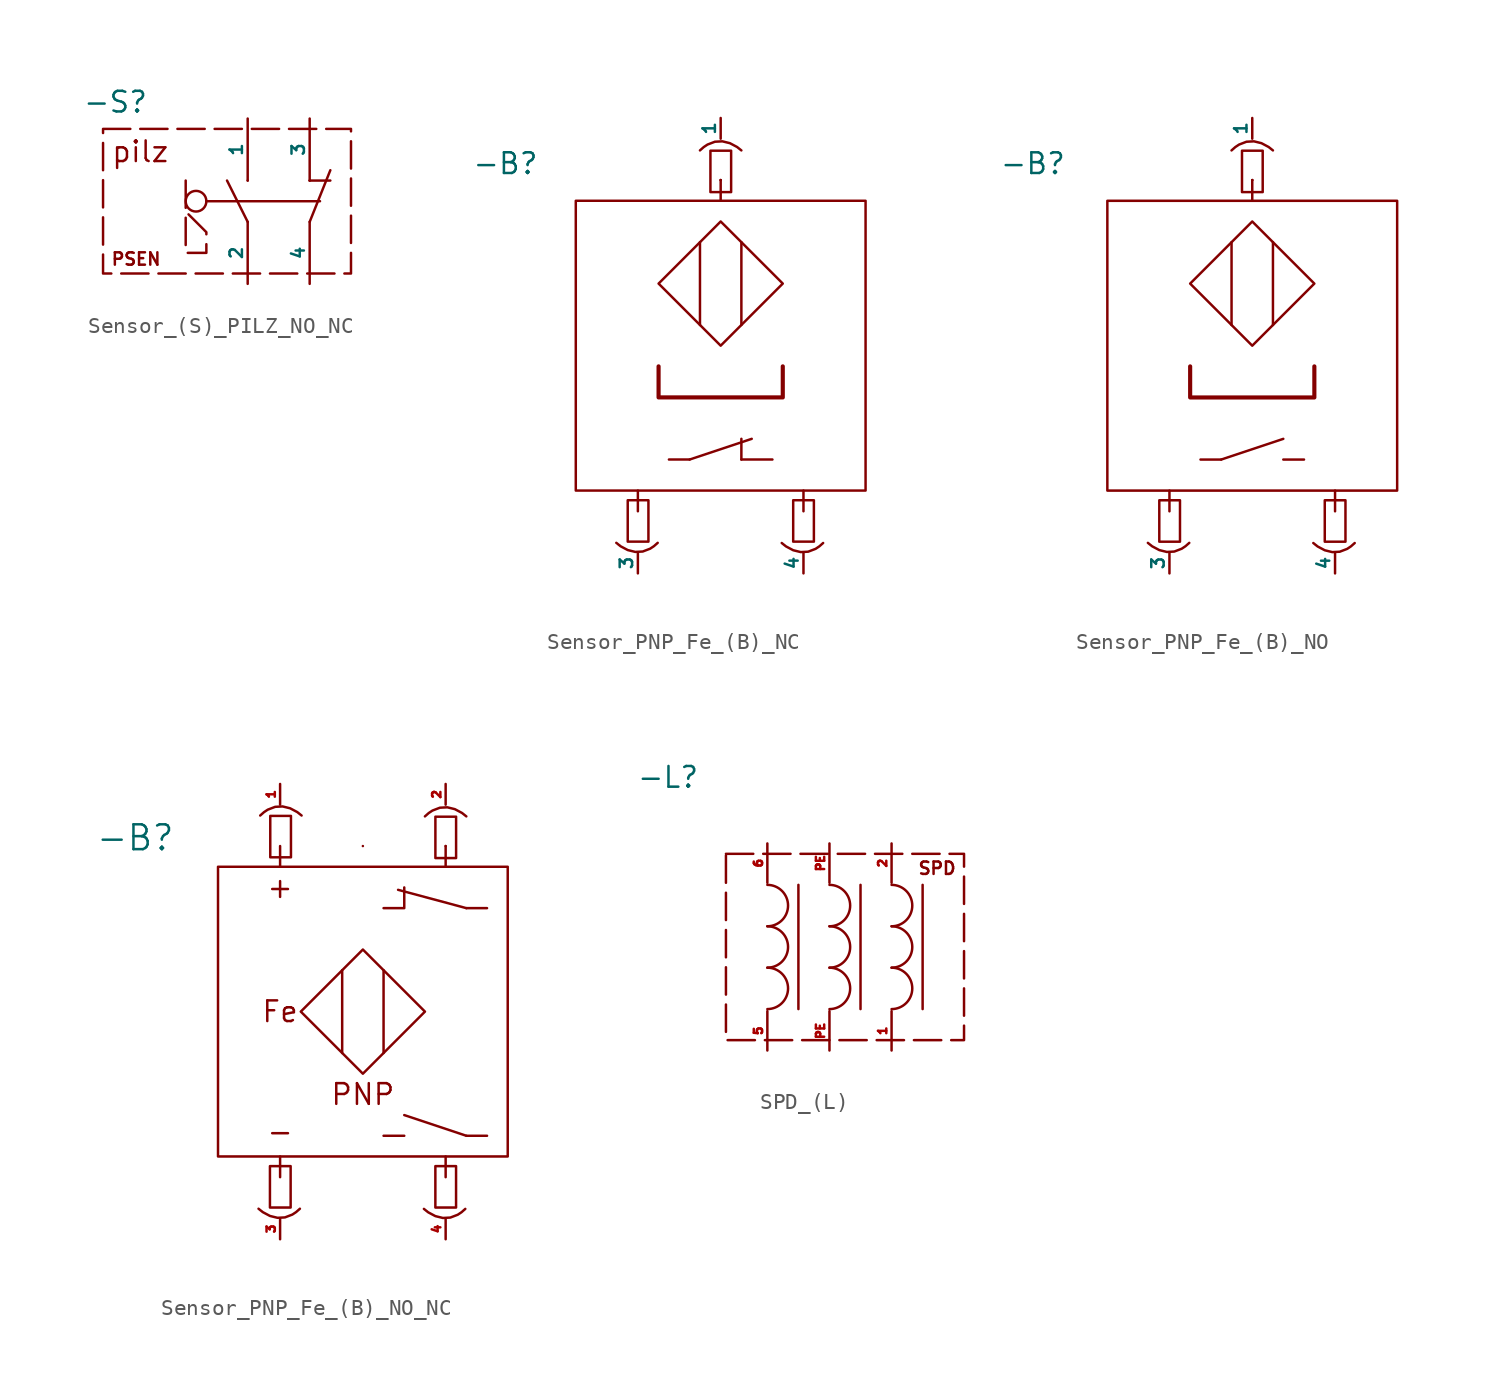
<source format=kicad_sym>
(kicad_symbol_lib
  (version 20241209)
  (generator "kicad_symbol_editor")
  (generator_version "9.0")
  (symbol "Sensor_(S)_PILZ_NO_NC"
    (pin_numbers
      (hide yes))
    (pin_names
      (offset 0))
    (property "Reference" "-S"
      (at -8.128 6.096 0)
      (effects (font (size 1.27 1.27))))
    (property "Value" ""
      (at 0 0 0)
      (effects (font (size 1.27 1.27))))
    (symbol "Sensor_(S)_PILZ_NO_NC_0_1"
      (polyline (pts (xy 0 1.27) (xy 0 1.27)) (stroke (width 0) (type default)) (fill (type none)))
      (polyline (pts (xy 0 -1.27) (xy -1.27 1.27)) (stroke (width 0) (type default)) (fill (type none)))
      (polyline (pts (xy 3.81 1.27) (xy 3.81 1.27)) (stroke (width 0) (type default)) (fill (type none)))
      (polyline (pts (xy 3.81 1.27) (xy 5.08 1.27)) (stroke (width 0) (type default)) (fill (type none)))
      (polyline (pts (xy 3.81 -1.27) (xy 5.08 1.905)) (stroke (width 0) (type default)) (fill (type none)))
      (polyline (pts (xy 4.445 0) (xy -2.54 0)) (stroke (width 0) (type default)) (fill (type none))))
    (symbol "Sensor_(S)_PILZ_NO_NC_1_1"
      (rectangle (start -8.89 4.445) (end 6.35 -4.445) (stroke (width 0) (type dash)) (fill (type none)))
      (polyline (pts (xy -3.81 1.27) (xy -3.81 -3.175) (xy -2.54 -3.175) (xy -2.54 -1.905) (xy -3.81 -0.635)) (stroke (width 0) (type solid)) (fill (type color) (color 0 0 0 0)))
      (circle (center -3.175 0) (radius 0.635) (stroke (width 0) (type solid)) (fill (type none)))
      (text "PSEN" (at -6.858 -3.556 0) (effects (font (size 0.762 0.762))))
      (text "pilz" (at -6.604 3.048 0) (effects (font (size 1.27 1.27))))
      (pin unspecified line (at 0 5.08 270) (length 3.81) (name "1" (effects (font (size 0.762 0.762)))) (number "1" (effects (font (size 0.508 0.508)))))
      (pin unspecified line (at 0 -5.08 90) (length 3.81) (name "2" (effects (font (size 0.762 0.762)))) (number "2" (effects (font (size 0.508 0.508)))))
      (pin unspecified line (at 3.81 5.08 270) (length 3.81) (name "3" (effects (font (size 0.762 0.762)))) (number "3" (effects (font (size 0.762 0.762)))))
      (pin unspecified line (at 3.81 -5.08 90) (length 3.81) (name "4" (effects (font (size 0.762 0.762)))) (number "4" (effects (font (size 0.762 0.762)))))))
  (symbol "Sensor_PNP_Fe_(B)_NC"
    (pin_numbers
      (hide yes))
    (pin_names
      (offset 0))
    (property "Reference" "-B"
      (at -13.208 11.176 0)
      (effects (font (size 1.27 1.27))))
    (property "Value" ""
      (at 0 0 0)
      (effects (font (size 1.27 1.27))))
    (symbol "Sensor_PNP_Fe_(B)_NC_0_1"
      (rectangle (start -8.89 8.89) (end 8.89 -8.89) (stroke (width 0) (type default)) (fill (type none)))
      (polyline (pts (xy -5.08 -8.89) (xy -5.08 -10.16)) (stroke (width 0) (type default)) (fill (type none)))
      (polyline (pts (xy -3.81 3.81) (xy 0 7.62) (xy 3.81 3.81) (xy 0 0) (xy -3.81 3.81)) (stroke (width 0) (type default)) (fill (type none)))
      (polyline (pts (xy -1.905 -6.985) (xy -3.175 -6.985)) (stroke (width 0) (type default)) (fill (type none)))
      (polyline (pts (xy -1.905 -6.985) (xy 1.905 -5.715)) (stroke (width 0) (type default)) (fill (type none)))
      (polyline (pts (xy -1.27 6.35) (xy -1.27 1.27)) (stroke (width 0) (type default)) (fill (type none)))
      (rectangle (start 0 10.16) (end 0 10.16) (stroke (width 0) (type default)) (fill (type none)))
      (rectangle (start 0 10.16) (end 0 10.16) (stroke (width 0) (type default)) (fill (type none)))
      (polyline (pts (xy 0 8.89) (xy 0 10.16)) (stroke (width 0) (type default)) (fill (type none)))
      (polyline (pts (xy 1.27 6.35) (xy 1.27 1.27)) (stroke (width 0) (type default)) (fill (type none)))
      (polyline (pts (xy 1.27 -6.985) (xy 1.27 -5.715)) (stroke (width 0) (type default)) (fill (type none)))
      (polyline (pts (xy 3.175 -6.985) (xy 1.27 -6.985)) (stroke (width 0) (type default)) (fill (type none)))
      (polyline (pts (xy 5.08 -8.89) (xy 5.08 -10.16)) (stroke (width 0) (type default)) (fill (type none))))
    (symbol "Sensor_PNP_Fe_(B)_NC_1_1"
      (rectangle (start -5.703 -9.483) (end -4.433 -12.024) (stroke (width 0) (type solid)) (fill (type color) (color 0 0 0 0)))
      (bezier (pts (xy -3.864 -12.097) (xy -5.134 -13.367) (xy -6.404 -12.097) (xy -6.404 -12.097)) (stroke (width 0) (type default)) (fill (type none)))
      (polyline (pts (xy -3.81 -1.27) (xy -3.81 -3.175) (xy 3.81 -3.175) (xy 3.81 -1.27)) (stroke (width 0.254) (type solid)) (fill (type none)))
      (bezier (pts (xy -1.271 11.981) (xy -0.001 13.251) (xy 1.269 11.981) (xy 1.269 11.981)) (stroke (width 0) (type default)) (fill (type none)))
      (rectangle (start -0.629 11.963) (end 0.641 9.423) (stroke (width 0) (type solid)) (fill (type color) (color 0 0 0 0)))
      (rectangle (start 4.449 -9.483) (end 5.719 -12.024) (stroke (width 0) (type solid)) (fill (type color) (color 0 0 0 0)))
      (bezier (pts (xy 6.286 -12.107) (xy 5.016 -13.377) (xy 3.746 -12.107) (xy 3.746 -12.107)) (stroke (width 0) (type default)) (fill (type none)))
      (pin unspecified line (at -5.08 -13.97 90) (length 1.27) (name "3" (effects (font (size 0.762 0.762)))) (number "3" (effects (font (size 0.508 0.508)))))
      (pin unspecified line (at 0 13.97 270) (length 1.27) (name "1" (effects (font (size 0.762 0.762)))) (number "1" (effects (font (size 0.508 0.508)))))
      (pin unspecified line (at 5.08 -13.97 90) (length 1.27) (name "4" (effects (font (size 0.762 0.762)))) (number "4" (effects (font (size 0.508 0.508)))))))
  (symbol "Sensor_PNP_Fe_(B)_NO"
    (pin_numbers
      (hide yes))
    (pin_names
      (offset 0))
    (property "Reference" "-B"
      (at -13.462 11.176 0)
      (effects (font (size 1.27 1.27))))
    (property "Value" ""
      (at 0 0 0)
      (effects (font (size 1.27 1.27))))
    (symbol "Sensor_PNP_Fe_(B)_NO_0_1"
      (rectangle (start -8.89 8.89) (end 8.89 -8.89) (stroke (width 0) (type default)) (fill (type none)))
      (polyline (pts (xy -5.08 -8.89) (xy -5.08 -10.16)) (stroke (width 0) (type default)) (fill (type none)))
      (polyline (pts (xy -3.81 3.81) (xy 0 7.62) (xy 3.81 3.81) (xy 0 0) (xy -3.81 3.81)) (stroke (width 0) (type default)) (fill (type none)))
      (polyline (pts (xy -1.905 -6.985) (xy -3.175 -6.985)) (stroke (width 0) (type default)) (fill (type none)))
      (polyline (pts (xy -1.905 -6.985) (xy 1.905 -5.715)) (stroke (width 0) (type default)) (fill (type none)))
      (polyline (pts (xy -1.27 6.35) (xy -1.27 1.27)) (stroke (width 0) (type default)) (fill (type none)))
      (rectangle (start 0 10.16) (end 0 10.16) (stroke (width 0) (type default)) (fill (type none)))
      (rectangle (start 0 10.16) (end 0 10.16) (stroke (width 0) (type default)) (fill (type none)))
      (polyline (pts (xy 0 8.89) (xy 0 10.16)) (stroke (width 0) (type default)) (fill (type none)))
      (polyline (pts (xy 1.27 6.35) (xy 1.27 1.27)) (stroke (width 0) (type default)) (fill (type none)))
      (polyline (pts (xy 3.175 -6.985) (xy 1.905 -6.985)) (stroke (width 0) (type default)) (fill (type none)))
      (polyline (pts (xy 5.08 -8.89) (xy 5.08 -10.16)) (stroke (width 0) (type default)) (fill (type none))))
    (symbol "Sensor_PNP_Fe_(B)_NO_1_1"
      (rectangle (start -5.703 -9.483) (end -4.433 -12.024) (stroke (width 0) (type solid)) (fill (type color) (color 0 0 0 0)))
      (bezier (pts (xy -3.864 -12.097) (xy -5.134 -13.367) (xy -6.404 -12.097) (xy -6.404 -12.097)) (stroke (width 0) (type default)) (fill (type none)))
      (polyline (pts (xy -3.81 -1.27) (xy -3.81 -3.175) (xy 3.81 -3.175) (xy 3.81 -1.27)) (stroke (width 0.254) (type solid)) (fill (type none)))
      (bezier (pts (xy -1.271 11.981) (xy -0.001 13.251) (xy 1.269 11.981) (xy 1.269 11.981)) (stroke (width 0) (type default)) (fill (type none)))
      (rectangle (start -0.629 11.963) (end 0.641 9.423) (stroke (width 0) (type solid)) (fill (type color) (color 0 0 0 0)))
      (rectangle (start 4.449 -9.483) (end 5.719 -12.024) (stroke (width 0) (type solid)) (fill (type color) (color 0 0 0 0)))
      (bezier (pts (xy 6.286 -12.107) (xy 5.016 -13.377) (xy 3.746 -12.107) (xy 3.746 -12.107)) (stroke (width 0) (type default)) (fill (type none)))
      (pin unspecified line (at -5.08 -13.97 90) (length 1.27) (name "3" (effects (font (size 0.762 0.762)))) (number "3" (effects (font (size 0.508 0.508)))))
      (pin unspecified line (at 0 13.97 270) (length 1.27) (name "1" (effects (font (size 0.762 0.762)))) (number "1" (effects (font (size 0.508 0.508)))))
      (pin unspecified line (at 5.08 -13.97 90) (length 1.27) (name "4" (effects (font (size 0.762 0.762)))) (number "4" (effects (font (size 0.508 0.508)))))))
  (symbol "Sensor_PNP_Fe_(B)_NO_NC"
    (property "Reference" "-B"
      (at -13.97 10.668 0)
      (do_not_autoplace)
      (effects (font (size 1.524 1.524))))
    (property "Value" ""
      (at 0 0 0)
      (effects (font (size 1.27 1.27))))
    (symbol "Sensor_PNP_Fe_(B)_NO_NC_0_1"
      (rectangle (start -8.89 8.89) (end 8.89 -8.89) (stroke (width 0) (type default)) (fill (type none)))
      (polyline (pts (xy -5.08 8.89) (xy -5.08 10.16)) (stroke (width 0) (type default)) (fill (type none)))
      (polyline (pts (xy -5.08 -8.89) (xy -5.08 -10.16)) (stroke (width 0) (type default)) (fill (type none)))
      (polyline (pts (xy -3.81 0) (xy 0 3.81) (xy 3.81 0) (xy 0 -3.81) (xy -3.81 0)) (stroke (width 0) (type default)) (fill (type none)))
      (polyline (pts (xy -1.27 2.54) (xy -1.27 -2.54)) (stroke (width 0) (type default)) (fill (type none)))
      (rectangle (start 0 10.16) (end 0 10.16) (stroke (width 0) (type default)) (fill (type none)))
      (polyline (pts (xy 1.27 6.35) (xy 2.54 6.35) (xy 2.54 7.62)) (stroke (width 0) (type default)) (fill (type none)))
      (polyline (pts (xy 1.27 2.54) (xy 1.27 -2.54)) (stroke (width 0) (type default)) (fill (type none)))
      (polyline (pts (xy 1.27 -7.62) (xy 2.54 -7.62)) (stroke (width 0) (type default)) (fill (type none)))
      (rectangle (start 5.08 10.16) (end 5.08 10.16) (stroke (width 0) (type default)) (fill (type none)))
      (polyline (pts (xy 5.08 8.89) (xy 5.08 10.16)) (stroke (width 0) (type default)) (fill (type none)))
      (polyline (pts (xy 5.08 -8.89) (xy 5.08 -10.16)) (stroke (width 0) (type default)) (fill (type none)))
      (polyline (pts (xy 6.35 6.35) (xy 2.161 7.474)) (stroke (width 0) (type default)) (fill (type none)))
      (polyline (pts (xy 6.35 6.35) (xy 7.62 6.35)) (stroke (width 0) (type default)) (fill (type none)))
      (polyline (pts (xy 6.35 -7.62) (xy 2.54 -6.35)) (stroke (width 0) (type default)) (fill (type none)))
      (polyline (pts (xy 6.35 -7.62) (xy 7.62 -7.62)) (stroke (width 0) (type default)) (fill (type none))))
    (symbol "Sensor_PNP_Fe_(B)_NO_NC_1_1"
      (bezier (pts (xy -6.301 12.034) (xy -5.031 13.305) (xy -3.761 12.034) (xy -3.761 12.034)) (stroke (width 0) (type default)) (fill (type none)))
      (rectangle (start -5.703 -9.483) (end -4.433 -12.024) (stroke (width 0) (type solid)) (fill (type color) (color 0 0 0 0)))
      (rectangle (start -5.683 12.011) (end -4.413 9.471) (stroke (width 0) (type solid)) (fill (type color) (color 0 0 0 0)))
      (bezier (pts (xy -3.864 -12.097) (xy -5.134 -13.367) (xy -6.404 -12.097) (xy -6.404 -12.097)) (stroke (width 0) (type default)) (fill (type none)))
      (bezier (pts (xy 3.809 11.981) (xy 5.079 13.251) (xy 6.349 11.981) (xy 6.349 11.981)) (stroke (width 0) (type default)) (fill (type none)))
      (rectangle (start 4.449 -9.483) (end 5.719 -12.024) (stroke (width 0) (type solid)) (fill (type color) (color 0 0 0 0)))
      (rectangle (start 4.451 11.963) (end 5.721 9.423) (stroke (width 0) (type solid)) (fill (type color) (color 0 0 0 0)))
      (bezier (pts (xy 6.286 -12.107) (xy 5.016 -13.377) (xy 3.746 -12.107) (xy 3.746 -12.107)) (stroke (width 0) (type default)) (fill (type none)))
      (text "+" (at -5.08 7.62 0) (effects (font (size 1.27 1.27))))
      (text "Fe" (at -5.08 0 0) (effects (font (size 1.27 1.27))))
      (text "-" (at -5.08 -7.366 0) (effects (font (size 1.27 1.27))))
      (text "PNP" (at 0 -5.08 0) (effects (font (size 1.27 1.27))))
      (pin input line (at -5.08 13.97 270) (length 1.27) (name "" (effects (font (size 0.762 0.762)))) (number "1" (effects (font (size 0.508 0.508)))))
      (pin input line (at -5.08 -13.97 90) (length 1.27) (name "" (effects (font (size 0.762 0.762)))) (number "3" (effects (font (size 0.508 0.508)))))
      (pin output line (at 5.08 13.97 270) (length 1.27) (name "" (effects (font (size 0.762 0.762)))) (number "2" (effects (font (size 0.508 0.508)))))
      (pin output line (at 5.08 -13.97 90) (length 1.27) (name "" (effects (font (size 0.762 0.762)))) (number "4" (effects (font (size 0.508 0.508)))))))
  (symbol "SPD_(L)"
    (property "Reference" "-L"
      (at -9.906 10.414 0)
      (effects (font (size 1.27 1.27))))
    (property "Value" ""
      (at 0 0 0)
      (effects (font (size 1.27 1.27))))
    (symbol "SPD_(L)_0_1"
      (arc (start -3.81 3.81) (mid -2.54 2.54) (end -3.81 1.27) (stroke (width 0) (type default)) (fill (type none)))
      (arc (start -3.81 1.27) (mid -2.54 0) (end -3.81 -1.27) (stroke (width 0) (type default)) (fill (type none)))
      (arc (start -3.81 -1.27) (mid -2.54 -2.54) (end -3.81 -3.81) (stroke (width 0) (type default)) (fill (type none)))
      (polyline (pts (xy -1.905 -3.81) (xy -1.905 3.81)) (stroke (width 0) (type default)) (fill (type none)))
      (arc (start 0 3.81) (mid 1.27 2.54) (end 0 1.27) (stroke (width 0) (type default)) (fill (type none)))
      (arc (start 0 1.27) (mid 1.27 0) (end 0 -1.27) (stroke (width 0) (type default)) (fill (type none)))
      (arc (start 0 -1.27) (mid 1.27 -2.54) (end 0 -3.81) (stroke (width 0) (type default)) (fill (type none)))
      (polyline (pts (xy 1.905 -3.81) (xy 1.905 3.81)) (stroke (width 0) (type default)) (fill (type none)))
      (arc (start 3.81 3.81) (mid 5.08 2.54) (end 3.81 1.27) (stroke (width 0) (type default)) (fill (type none)))
      (arc (start 3.81 1.27) (mid 5.08 0) (end 3.81 -1.27) (stroke (width 0) (type default)) (fill (type none)))
      (arc (start 3.81 -1.27) (mid 5.08 -2.54) (end 3.81 -3.81) (stroke (width 0) (type default)) (fill (type none)))
      (polyline (pts (xy 5.715 -3.81) (xy 5.715 3.81)) (stroke (width 0) (type default)) (fill (type none))))
    (symbol "SPD_(L)_1_1"
      (rectangle (start -6.35 5.715) (end 8.255 -5.715) (stroke (width 0) (type dash)) (fill (type none)))
      (text "SPD" (at 6.604 4.826 0) (effects (font (size 0.762 0.762))))
      (pin output line (at -3.81 6.35 270) (length 2.413) (name "" (effects (font (size 0.762 0.762)))) (number "6" (effects (font (size 0.508 0.508)))))
      (pin output line (at -3.81 -6.35 90) (length 2.413) (name "" (effects (font (size 0.762 0.762)))) (number "5" (effects (font (size 0.508 0.508)))))
      (pin output line (at 0 6.35 270) (length 2.413) (name "" (effects (font (size 0.762 0.762)))) (number "PE" (effects (font (size 0.508 0.508)))))
      (pin output line (at 0 -6.35 90) (length 2.413) (name "" (effects (font (size 0.762 0.762)))) (number "PE" (effects (font (size 0.508 0.508)))))
      (pin output line (at 3.81 6.35 270) (length 2.413) (name "" (effects (font (size 0.762 0.762)))) (number "2" (effects (font (size 0.508 0.508)))))
      (pin output line (at 3.81 -6.35 90) (length 2.413) (name "" (effects (font (size 0.762 0.762)))) (number "1" (effects (font (size 0.508 0.508))))))))
</source>
